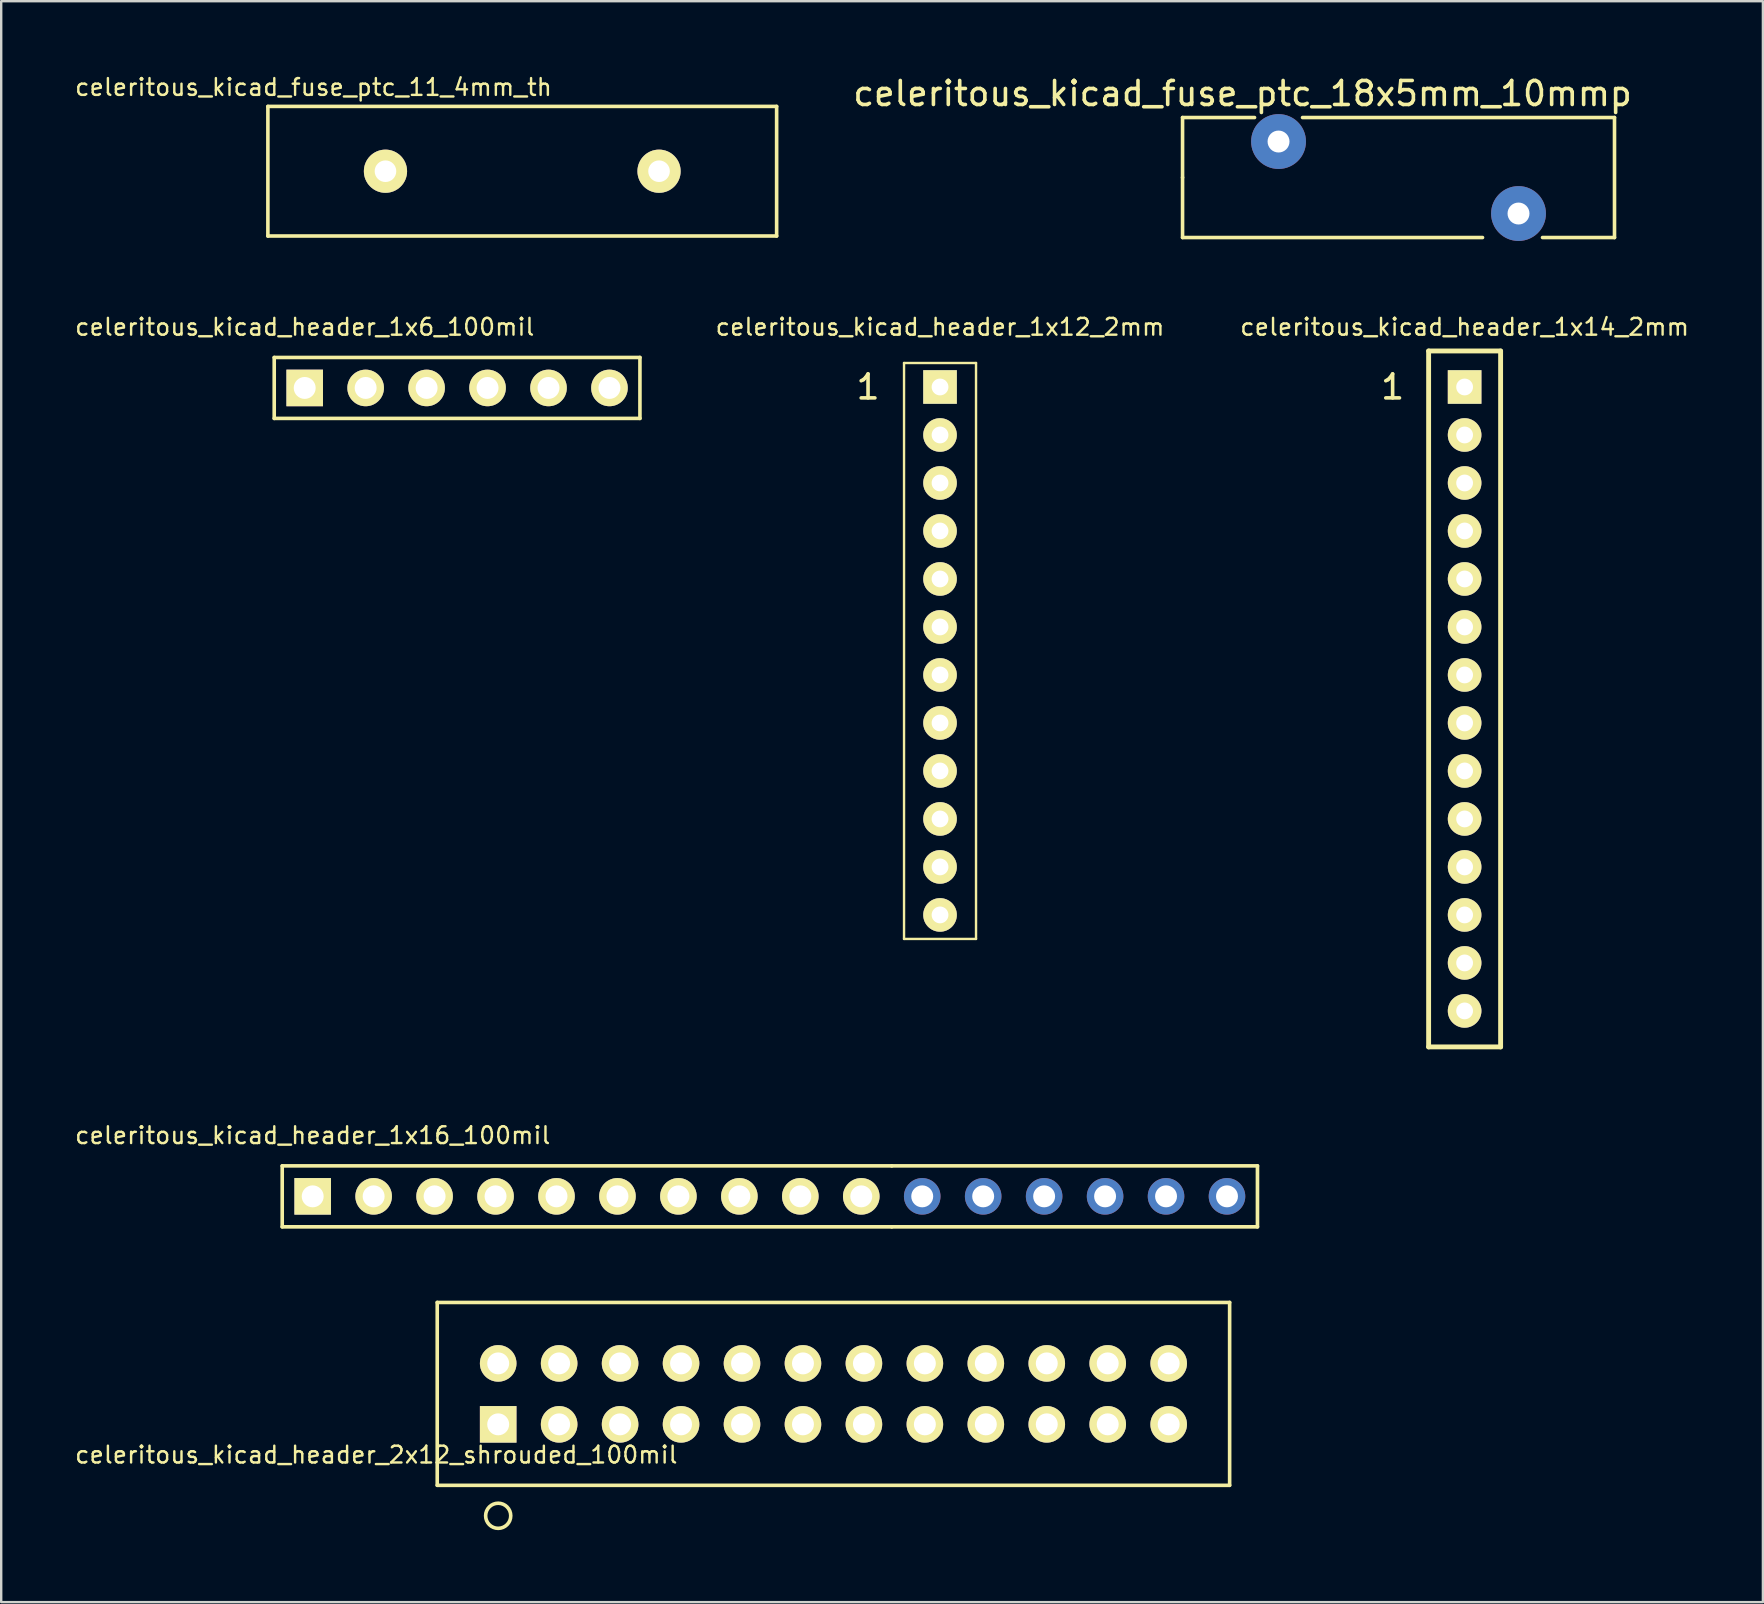
<source format=kicad_pcb>
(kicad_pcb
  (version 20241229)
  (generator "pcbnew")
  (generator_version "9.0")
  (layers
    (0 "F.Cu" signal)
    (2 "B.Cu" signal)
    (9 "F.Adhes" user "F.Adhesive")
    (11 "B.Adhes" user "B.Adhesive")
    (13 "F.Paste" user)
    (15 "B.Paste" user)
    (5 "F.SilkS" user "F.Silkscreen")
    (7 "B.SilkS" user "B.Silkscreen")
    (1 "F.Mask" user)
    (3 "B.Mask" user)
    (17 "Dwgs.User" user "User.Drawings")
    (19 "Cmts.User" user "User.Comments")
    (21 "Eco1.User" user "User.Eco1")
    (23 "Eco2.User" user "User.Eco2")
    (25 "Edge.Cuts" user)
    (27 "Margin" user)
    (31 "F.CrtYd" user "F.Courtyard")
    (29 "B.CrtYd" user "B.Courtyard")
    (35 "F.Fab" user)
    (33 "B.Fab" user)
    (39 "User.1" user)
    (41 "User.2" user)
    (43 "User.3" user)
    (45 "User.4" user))
  (footprint "celeritous_kicad_header_2x12_shrouded_100mil"
    (layer "F.Cu")
    (at 17.71 56.304)
    (property "Reference" "celeritous_kicad_header_2x12_shrouded_100mil" (at -5.08 1.27 0) (layer "F.SilkS") (effects (font (size 0.7 0.7) (thickness 0.1))))
    (attr through_hole)
    (fp_line (start -2.54 -5.08) (end -2.54 2.54) (stroke (width 0.15) (type solid)) (layer "F.SilkS"))
    (fp_line (start -2.54 2.54) (end 30.48 2.54) (stroke (width 0.15) (type solid)) (layer "F.SilkS"))
    (fp_line (start 30.48 -5.08) (end -2.54 -5.08) (stroke (width 0.15) (type solid)) (layer "F.SilkS"))
    (fp_line (start 30.48 -5.08) (end 30.48 2.54) (stroke (width 0.15) (type solid)) (layer "F.SilkS"))
    (fp_circle (center 0 3.81) (end 0.508 3.937) (stroke (width 0.15) (type solid)) (fill no) (layer "F.SilkS"))
    (pad "1" thru_hole rect (at 0 0) (size 1.524 1.524) (drill 0.914) (layers "*.Cu" "*.Mask" "F.SilkS"))
    (pad "2" thru_hole circle (at 0 -2.54) (size 1.524 1.524) (drill 0.914) (layers "*.Cu" "*.Mask" "F.SilkS"))
    (pad "3" thru_hole circle (at 2.54 0) (size 1.524 1.524) (drill 0.914) (layers "*.Cu" "*.Mask" "F.SilkS"))
    (pad "4" thru_hole circle (at 2.54 -2.54) (size 1.524 1.524) (drill 0.914) (layers "*.Cu" "*.Mask" "F.SilkS"))
    (pad "5" thru_hole circle (at 5.08 0) (size 1.524 1.524) (drill 0.914) (layers "*.Cu" "*.Mask" "F.SilkS"))
    (pad "6" thru_hole circle (at 5.08 -2.54) (size 1.524 1.524) (drill 0.914) (layers "*.Cu" "*.Mask" "F.SilkS"))
    (pad "7" thru_hole circle (at 7.62 0) (size 1.524 1.524) (drill 0.914) (layers "*.Cu" "*.Mask" "F.SilkS"))
    (pad "8" thru_hole circle (at 7.62 -2.54) (size 1.524 1.524) (drill 0.914) (layers "*.Cu" "*.Mask" "F.SilkS"))
    (pad "9" thru_hole circle (at 10.16 0) (size 1.524 1.524) (drill 0.914) (layers "*.Cu" "*.Mask" "F.SilkS"))
    (pad "10" thru_hole circle (at 10.16 -2.54) (size 1.524 1.524) (drill 0.914) (layers "*.Cu" "*.Mask" "F.SilkS"))
    (pad "11" thru_hole circle (at 12.7 0) (size 1.524 1.524) (drill 0.914) (layers "*.Cu" "*.Mask" "F.SilkS"))
    (pad "12" thru_hole circle (at 12.7 -2.54) (size 1.524 1.524) (drill 0.914) (layers "*.Cu" "*.Mask" "F.SilkS"))
    (pad "13" thru_hole circle (at 15.24 0) (size 1.524 1.524) (drill 0.914) (layers "*.Cu" "*.Mask" "F.SilkS"))
    (pad "14" thru_hole circle (at 15.24 -2.54) (size 1.524 1.524) (drill 0.914) (layers "*.Cu" "*.Mask" "F.SilkS"))
    (pad "15" thru_hole circle (at 17.78 0) (size 1.524 1.524) (drill 0.914) (layers "*.Cu" "*.Mask" "F.SilkS"))
    (pad "16" thru_hole circle (at 17.78 -2.54) (size 1.524 1.524) (drill 0.914) (layers "*.Cu" "*.Mask" "F.SilkS"))
    (pad "17" thru_hole circle (at 20.32 0) (size 1.524 1.524) (drill 0.914) (layers "*.Cu" "*.Mask" "F.SilkS"))
    (pad "18" thru_hole circle (at 20.32 -2.54) (size 1.524 1.524) (drill 0.914) (layers "*.Cu" "*.Mask" "F.SilkS"))
    (pad "19" thru_hole circle (at 22.86 0) (size 1.524 1.524) (drill 0.914) (layers "*.Cu" "*.Mask" "F.SilkS"))
    (pad "20" thru_hole circle (at 22.86 -2.54) (size 1.524 1.524) (drill 0.914) (layers "*.Cu" "*.Mask" "F.SilkS"))
    (pad "21" thru_hole circle (at 25.4 0) (size 1.524 1.524) (drill 0.914) (layers "*.Cu" "*.Mask" "F.SilkS"))
    (pad "22" thru_hole circle (at 25.4 -2.54) (size 1.524 1.524) (drill 0.914) (layers "*.Cu" "*.Mask" "F.SilkS"))
    (pad "23" thru_hole circle (at 27.94 0) (size 1.524 1.524) (drill 0.914) (layers "*.Cu" "*.Mask" "F.SilkS"))
    (pad "24" thru_hole circle (at 27.94 -2.54) (size 1.524 1.524) (drill 0.914) (layers "*.Cu" "*.Mask" "F.SilkS")))
  (footprint "celeritous_kicad_header_1x14_2mm"
    (layer "F.Cu")
    (at 57.982 13.076)
    (property "Reference" "celeritous_kicad_header_1x14_2mm" (at 0 -2.5 0) (layer "F.SilkS") (effects (font (size 0.7 0.7) (thickness 0.1))))
    (attr through_hole)
    (fp_line (start -1.5 -1.5) (end -1.5 27.5) (stroke (width 0.203) (type solid)) (layer "F.SilkS"))
    (fp_line (start -1.5 27.5) (end 1.5 27.5) (stroke (width 0.203) (type solid)) (layer "F.SilkS"))
    (fp_line (start 1.5 -1.5) (end -1.5 -1.5) (stroke (width 0.203) (type solid)) (layer "F.SilkS"))
    (fp_line (start 1.5 27.5) (end 1.5 -1.5) (stroke (width 0.203) (type solid)) (layer "F.SilkS"))
    (fp_text user "1" (at -3 0 0) (layer "F.SilkS") (effects (font (size 1 1) (thickness 0.15))))
    (pad "1" thru_hole rect (at 0 0) (size 1.4 1.4) (drill 0.7) (layers "*.Cu" "*.Mask" "F.SilkS"))
    (pad "2" thru_hole circle (at 0 2) (size 1.4 1.4) (drill 0.7) (layers "*.Cu" "*.Mask" "F.SilkS"))
    (pad "3" thru_hole circle (at 0 4) (size 1.4 1.4) (drill 0.7) (layers "*.Cu" "*.Mask" "F.SilkS"))
    (pad "4" thru_hole circle (at 0 6) (size 1.4 1.4) (drill 0.7) (layers "*.Cu" "*.Mask" "F.SilkS"))
    (pad "5" thru_hole circle (at 0 8) (size 1.4 1.4) (drill 0.7) (layers "*.Cu" "*.Mask" "F.SilkS"))
    (pad "6" thru_hole circle (at 0 10) (size 1.4 1.4) (drill 0.7) (layers "*.Cu" "*.Mask" "F.SilkS"))
    (pad "7" thru_hole circle (at 0 12) (size 1.4 1.4) (drill 0.7) (layers "*.Cu" "*.Mask" "F.SilkS"))
    (pad "8" thru_hole circle (at 0 14) (size 1.4 1.4) (drill 0.7) (layers "*.Cu" "*.Mask" "F.SilkS"))
    (pad "9" thru_hole circle (at 0 16) (size 1.4 1.4) (drill 0.7) (layers "*.Cu" "*.Mask" "F.SilkS"))
    (pad "10" thru_hole circle (at 0 18) (size 1.4 1.4) (drill 0.7) (layers "*.Cu" "*.Mask" "F.SilkS"))
    (pad "11" thru_hole circle (at 0 20) (size 1.4 1.4) (drill 0.7) (layers "*.Cu" "*.Mask" "F.SilkS"))
    (pad "12" thru_hole circle (at 0 22) (size 1.4 1.4) (drill 0.7) (layers "*.Cu" "*.Mask" "F.SilkS"))
    (pad "13" thru_hole circle (at 0 24) (size 1.4 1.4) (drill 0.7) (layers "*.Cu" "*.Mask" "F.SilkS"))
    (pad "14" thru_hole circle (at 0 26) (size 1.4 1.4) (drill 0.7) (layers "*.Cu" "*.Mask" "F.SilkS")))
  (footprint "celeritous_kicad_header_1x16_100mil"
    (layer "F.Cu")
    (at 9.98 46.803)
    (property "Reference" "celeritous_kicad_header_1x16_100mil" (at 0 -2.54 0) (layer "F.SilkS") (effects (font (size 0.7 0.7) (thickness 0.1))))
    (attr through_hole)
    (fp_line (start -1.27 -1.27) (end 24.13 -1.27) (stroke (width 0.15) (type solid)) (layer "F.SilkS"))
    (fp_line (start -1.27 1.27) (end -1.27 -1.27) (stroke (width 0.15) (type solid)) (layer "F.SilkS"))
    (fp_line (start 24.13 1.27) (end -1.27 1.27) (stroke (width 0.152) (type solid)) (layer "F.SilkS"))
    (fp_line (start 24.13 1.27) (end 39.37 1.27) (stroke (width 0.152) (type solid)) (layer "F.SilkS"))
    (fp_line (start 39.37 -1.27) (end 24.13 -1.27) (stroke (width 0.152) (type solid)) (layer "F.SilkS"))
    (fp_line (start 39.37 1.27) (end 39.37 -1.27) (stroke (width 0.152) (type solid)) (layer "F.SilkS"))
    (pad "1" thru_hole rect (at 0 0) (size 1.524 1.524) (drill 0.914) (layers "*.Cu" "*.Mask" "F.SilkS"))
    (pad "2" thru_hole circle (at 2.54 0) (size 1.524 1.524) (drill 0.914) (layers "*.Cu" "*.Mask" "F.SilkS"))
    (pad "3" thru_hole circle (at 5.08 0) (size 1.524 1.524) (drill 0.914) (layers "*.Cu" "*.Mask" "F.SilkS"))
    (pad "4" thru_hole circle (at 7.62 0) (size 1.524 1.524) (drill 0.914) (layers "*.Cu" "*.Mask" "F.SilkS"))
    (pad "5" thru_hole circle (at 10.16 0) (size 1.524 1.524) (drill 0.914) (layers "*.Cu" "*.Mask" "F.SilkS"))
    (pad "6" thru_hole circle (at 12.7 0) (size 1.524 1.524) (drill 0.914) (layers "*.Cu" "*.Mask" "F.SilkS"))
    (pad "7" thru_hole circle (at 15.24 0) (size 1.524 1.524) (drill 0.914) (layers "*.Cu" "*.Mask" "F.SilkS"))
    (pad "8" thru_hole circle (at 17.78 0) (size 1.524 1.524) (drill 0.914) (layers "*.Cu" "*.Mask" "F.SilkS"))
    (pad "9" thru_hole circle (at 20.32 0) (size 1.524 1.524) (drill 0.914) (layers "*.Cu" "*.Mask" "F.SilkS"))
    (pad "10" thru_hole circle (at 22.86 0) (size 1.524 1.524) (drill 0.914) (layers "*.Cu" "*.Mask" "F.SilkS"))
    (pad "11" thru_hole circle (at 25.4 0) (size 1.524 1.524) (drill 0.914) (layers "*.Cu" "*.Mask"))
    (pad "12" thru_hole circle (at 27.94 0) (size 1.524 1.524) (drill 0.914) (layers "*.Cu" "*.Mask"))
    (pad "13" thru_hole circle (at 30.48 0) (size 1.524 1.524) (drill 0.914) (layers "*.Cu" "*.Mask"))
    (pad "14" thru_hole circle (at 33.02 0) (size 1.524 1.524) (drill 0.914) (layers "*.Cu" "*.Mask"))
    (pad "15" thru_hole circle (at 35.56 0) (size 1.524 1.524) (drill 0.914) (layers "*.Cu" "*.Mask"))
    (pad "16" thru_hole circle (at 38.1 0) (size 1.524 1.524) (drill 0.914) (layers "*.Cu" "*.Mask")))
  (footprint "celeritous_kicad_fuse_ptc_11_4mm_th"
    (layer "F.Cu")
    (at 18.713 4.085)
    (property "Reference" "celeritous_kicad_fuse_ptc_11_4mm_th" (at -8.7 -3.5 0) (layer "F.SilkS") (effects (font (size 0.7 0.7) (thickness 0.1))))
    (attr through_hole)
    (fp_line (start -10.6 -2.7) (end -10.6 2.7) (stroke (width 0.15) (type solid)) (layer "F.SilkS"))
    (fp_line (start -10.6 2.7) (end 10.6 2.7) (stroke (width 0.15) (type solid)) (layer "F.SilkS"))
    (fp_line (start 10.6 -2.7) (end -10.6 -2.7) (stroke (width 0.15) (type solid)) (layer "F.SilkS"))
    (fp_line (start 10.6 2.7) (end 10.6 -2.7) (stroke (width 0.15) (type solid)) (layer "F.SilkS"))
    (pad "1" thru_hole circle (at -5.7 0) (size 1.8 1.8) (drill 0.9) (layers "*.Cu" "*.Mask" "F.SilkS"))
    (pad "2" thru_hole circle (at 5.7 0) (size 1.8 1.8) (drill 0.9) (layers "*.Cu" "*.Mask" "F.SilkS")))
  (footprint "celeritous_kicad_header_1x12_2mm"
    (layer "F.Cu")
    (at 36.122 13.076)
    (property "Reference" "celeritous_kicad_header_1x12_2mm" (at 0 -2.5 0) (layer "F.SilkS") (effects (font (size 0.7 0.7) (thickness 0.1))))
    (attr through_hole)
    (fp_line (start -1.5 -1) (end -1.5 23) (stroke (width 0.1) (type solid)) (layer "F.SilkS"))
    (fp_line (start -1.5 23) (end 1.5 23) (stroke (width 0.1) (type solid)) (layer "F.SilkS"))
    (fp_line (start 1.5 -1) (end -1.5 -1) (stroke (width 0.1) (type solid)) (layer "F.SilkS"))
    (fp_line (start 1.5 23) (end 1.5 -1) (stroke (width 0.1) (type solid)) (layer "F.SilkS"))
    (fp_text user "1" (at -3 0 0) (layer "F.SilkS") (effects (font (size 1 1) (thickness 0.15))))
    (pad "1" thru_hole rect (at 0 0) (size 1.4 1.4) (drill 0.7) (layers "*.Cu" "*.Mask" "F.SilkS"))
    (pad "2" thru_hole circle (at 0 2) (size 1.4 1.4) (drill 0.7) (layers "*.Cu" "*.Mask" "F.SilkS"))
    (pad "3" thru_hole circle (at 0 4) (size 1.4 1.4) (drill 0.7) (layers "*.Cu" "*.Mask" "F.SilkS"))
    (pad "4" thru_hole circle (at 0 6) (size 1.4 1.4) (drill 0.7) (layers "*.Cu" "*.Mask" "F.SilkS"))
    (pad "5" thru_hole circle (at 0 8) (size 1.4 1.4) (drill 0.7) (layers "*.Cu" "*.Mask" "F.SilkS"))
    (pad "6" thru_hole circle (at 0 10) (size 1.4 1.4) (drill 0.7) (layers "*.Cu" "*.Mask" "F.SilkS"))
    (pad "7" thru_hole circle (at 0 12) (size 1.4 1.4) (drill 0.7) (layers "*.Cu" "*.Mask" "F.SilkS"))
    (pad "8" thru_hole circle (at 0 14) (size 1.4 1.4) (drill 0.7) (layers "*.Cu" "*.Mask" "F.SilkS"))
    (pad "9" thru_hole circle (at 0 16) (size 1.4 1.4) (drill 0.7) (layers "*.Cu" "*.Mask" "F.SilkS"))
    (pad "10" thru_hole circle (at 0 18) (size 1.4 1.4) (drill 0.7) (layers "*.Cu" "*.Mask" "F.SilkS"))
    (pad "11" thru_hole circle (at 0 20) (size 1.4 1.4) (drill 0.7) (layers "*.Cu" "*.Mask" "F.SilkS"))
    (pad "12" thru_hole circle (at 0 22) (size 1.4 1.4) (drill 0.7) (layers "*.Cu" "*.Mask" "F.SilkS")))
  (footprint "celeritous_kicad_header_1x6_100mil"
    (layer "F.Cu")
    (at 9.647 13.116)
    (property "Reference" "celeritous_kicad_header_1x6_100mil" (at 0 -2.54 0) (layer "F.SilkS") (effects (font (size 0.7 0.7) (thickness 0.1))))
    (attr through_hole)
    (fp_line (start -1.27 1.27) (end -1.27 -1.27) (stroke (width 0.15) (type solid)) (layer "F.SilkS"))
    (fp_line (start -1.27 1.27) (end 13.97 1.27) (stroke (width 0.15) (type solid)) (layer "F.SilkS"))
    (fp_line (start 13.97 -1.27) (end -1.27 -1.27) (stroke (width 0.15) (type solid)) (layer "F.SilkS"))
    (fp_line (start 13.97 -1.27) (end 13.97 1.27) (stroke (width 0.15) (type solid)) (layer "F.SilkS"))
    (pad "1" thru_hole rect (at 0 0) (size 1.524 1.524) (drill 0.914) (layers "*.Cu" "*.Mask" "F.SilkS"))
    (pad "2" thru_hole circle (at 2.54 0) (size 1.524 1.524) (drill 0.914) (layers "*.Cu" "*.Mask" "F.SilkS"))
    (pad "3" thru_hole circle (at 5.08 0) (size 1.524 1.524) (drill 0.914) (layers "*.Cu" "*.Mask" "F.SilkS"))
    (pad "4" thru_hole circle (at 7.62 0) (size 1.524 1.524) (drill 0.914) (layers "*.Cu" "*.Mask" "F.SilkS"))
    (pad "5" thru_hole circle (at 10.16 0) (size 1.524 1.524) (drill 0.914) (layers "*.Cu" "*.Mask" "F.SilkS"))
    (pad "6" thru_hole circle (at 12.7 0) (size 1.524 1.524) (drill 0.914) (layers "*.Cu" "*.Mask" "F.SilkS")))
  (footprint "celeritous_kicad_fuse_ptc_18x5mm_10mmp"
    (layer "F.Cu")
    (at 55.228 4.348)
    (property "Reference" "celeritous_kicad_fuse_ptc_18x5mm_10mmp" (at -6.5 -3.5 0) (layer "F.SilkS") (effects (font (size 1 1) (thickness 0.15))))
    (attr through_hole)
    (fp_line (start -9 -2.5) (end -6 -2.5) (stroke (width 0.15) (type solid)) (layer "F.SilkS"))
    (fp_line (start -9 0) (end -9 -2.5) (stroke (width 0.15) (type solid)) (layer "F.SilkS"))
    (fp_line (start -9 2.5) (end -9 0) (stroke (width 0.15) (type solid)) (layer "F.SilkS"))
    (fp_line (start -4 -2.5) (end 9 -2.5) (stroke (width 0.15) (type solid)) (layer "F.SilkS"))
    (fp_line (start 3.5 2.5) (end -9 2.5) (stroke (width 0.15) (type solid)) (layer "F.SilkS"))
    (fp_line (start 9 -2.5) (end 9 2.5) (stroke (width 0.15) (type solid)) (layer "F.SilkS"))
    (fp_line (start 9 2.5) (end 6 2.5) (stroke (width 0.15) (type solid)) (layer "F.SilkS"))
    (pad "1" thru_hole circle (at -5 -1.5) (size 2.286 2.286) (drill 0.914) (layers "*.Cu" "*.Mask"))
    (pad "2" thru_hole circle (at 5 1.5) (size 2.286 2.286) (drill 0.914) (layers "*.Cu" "*.Mask")))
  (gr_rect
    (start -3 -3)
    (end 70.412 63.713)
    (stroke (width 0.1) (type default))
    (fill no)
    (layer "Edge.Cuts")))
</source>
